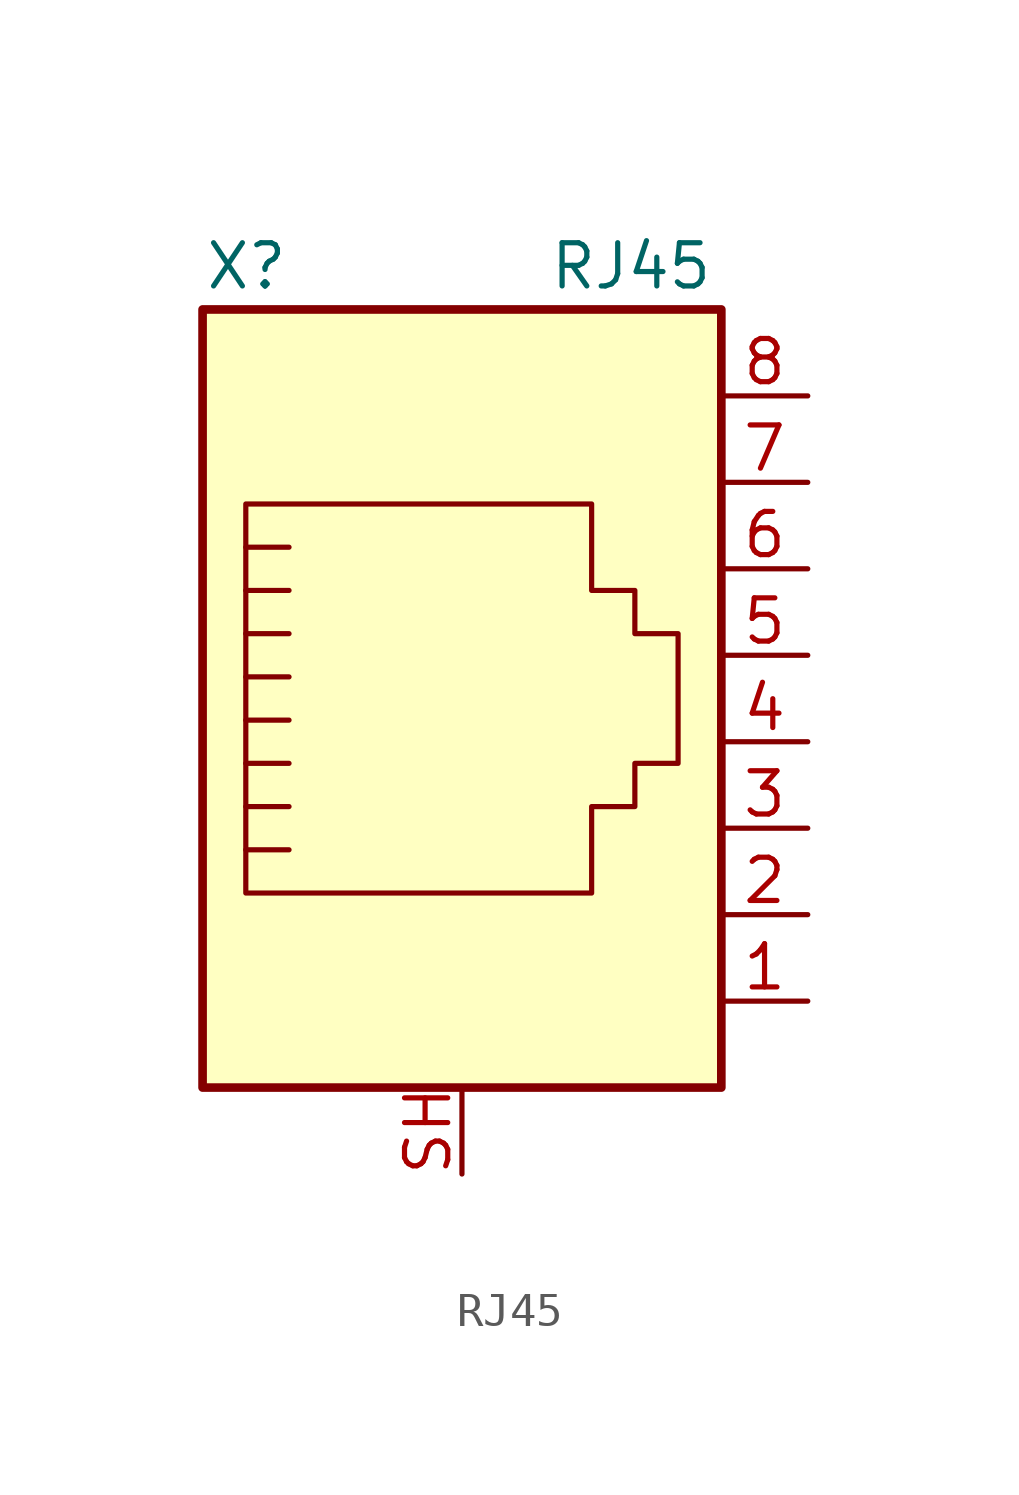
<source format=kicad_sym>
(kicad_symbol_lib
  (version 20220914)
  (generator kicad_db_lib)
  (symbol "RJ45"
    (pin_names
      (offset 1.016))
    (property "Reference" "X"
      (at -5.08 13.97 0)
      (effects (font (size 1.27 1.27)) (justify right)))
    (property "Value" "RJ45"
      (at 2.54 13.97 0)
      (effects (font (size 1.27 1.27)) (justify left)))
    (symbol "RJ45_0_1"
      (polyline (pts (xy -5.08 4.445) (xy -6.35 4.445)) (stroke (width 0) (type default)) (fill (type none)))
      (polyline (pts (xy -5.08 5.715) (xy -6.35 5.715)) (stroke (width 0) (type default)) (fill (type none)))
      (polyline (pts (xy -6.35 -3.175) (xy -5.08 -3.175) (xy -5.08 -3.175)) (stroke (width 0) (type default)) (fill (type none)))
      (polyline (pts (xy -6.35 -1.905) (xy -5.08 -1.905) (xy -5.08 -1.905)) (stroke (width 0) (type default)) (fill (type none)))
      (polyline (pts (xy -6.35 -0.635) (xy -5.08 -0.635) (xy -5.08 -0.635)) (stroke (width 0) (type default)) (fill (type none)))
      (polyline (pts (xy -6.35 0.635) (xy -5.08 0.635) (xy -5.08 0.635)) (stroke (width 0) (type default)) (fill (type none)))
      (polyline (pts (xy -6.35 1.905) (xy -5.08 1.905) (xy -5.08 1.905)) (stroke (width 0) (type default)) (fill (type none)))
      (polyline (pts (xy -5.08 3.175) (xy -6.35 3.175) (xy -6.35 3.175)) (stroke (width 0) (type default)) (fill (type none)))
      (polyline (pts (xy -6.35 -4.445) (xy -6.35 6.985) (xy 3.81 6.985) (xy 3.81 4.445) (xy 5.08 4.445) (xy 5.08 3.175) (xy 6.35 3.175) (xy 6.35 -0.635) (xy 5.08 -0.635) (xy 5.08 -1.905) (xy 3.81 -1.905) (xy 3.81 -4.445) (xy -6.35 -4.445) (xy -6.35 -4.445)) (stroke (width 0) (type default)) (fill (type none)))
      (rectangle (start 7.62 12.7) (end -7.62 -10.16) (stroke (width 0.254) (type default)) (fill (type background))))
    (symbol "RJ45_1_1"
      (pin passive line (at 10.16 -7.62 180) (length 2.54) (name "~" (effects (font (size 1.27 1.27)))) (number "1" (effects (font (size 1.27 1.27)))))
      (pin passive line (at 10.16 -5.08 180) (length 2.54) (name "~" (effects (font (size 1.27 1.27)))) (number "2" (effects (font (size 1.27 1.27)))))
      (pin passive line (at 10.16 -2.54 180) (length 2.54) (name "~" (effects (font (size 1.27 1.27)))) (number "3" (effects (font (size 1.27 1.27)))))
      (pin passive line (at 10.16 0 180) (length 2.54) (name "~" (effects (font (size 1.27 1.27)))) (number "4" (effects (font (size 1.27 1.27)))))
      (pin passive line (at 10.16 2.54 180) (length 2.54) (name "~" (effects (font (size 1.27 1.27)))) (number "5" (effects (font (size 1.27 1.27)))))
      (pin passive line (at 10.16 5.08 180) (length 2.54) (name "~" (effects (font (size 1.27 1.27)))) (number "6" (effects (font (size 1.27 1.27)))))
      (pin passive line (at 10.16 7.62 180) (length 2.54) (name "~" (effects (font (size 1.27 1.27)))) (number "7" (effects (font (size 1.27 1.27)))))
      (pin passive line (at 10.16 10.16 180) (length 2.54) (name "~" (effects (font (size 1.27 1.27)))) (number "8" (effects (font (size 1.27 1.27)))))
      (pin passive line (at 0 -12.7 90) (length 2.54) (name "~" (effects (font (size 1.27 1.27)))) (number "SH" (effects (font (size 1.27 1.27))))))))
</source>
